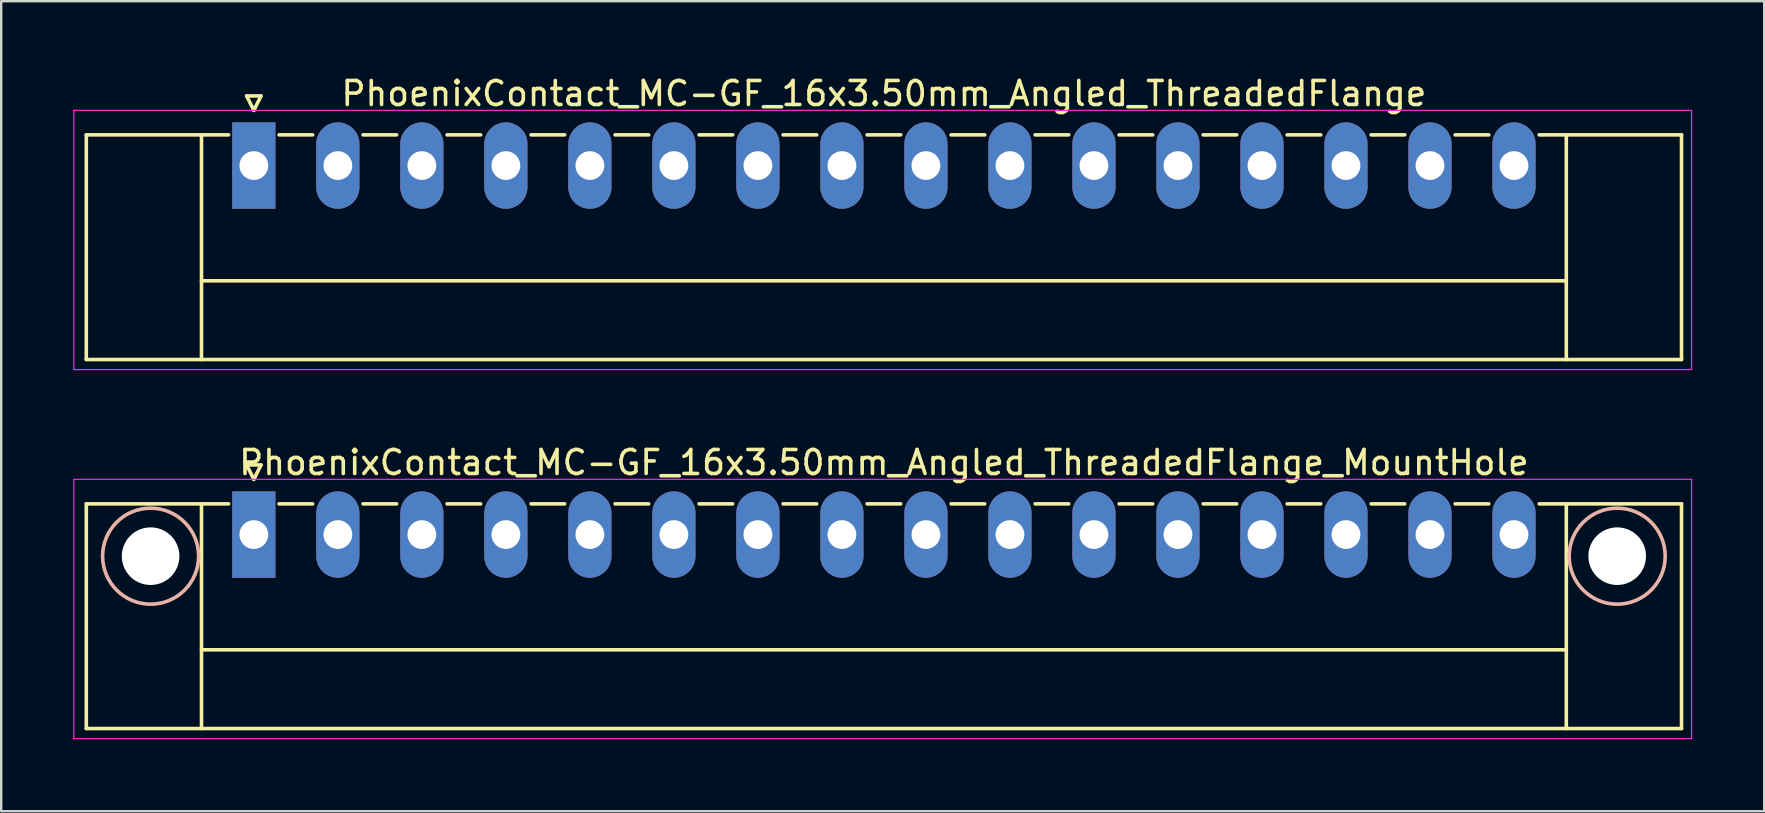
<source format=kicad_pcb>
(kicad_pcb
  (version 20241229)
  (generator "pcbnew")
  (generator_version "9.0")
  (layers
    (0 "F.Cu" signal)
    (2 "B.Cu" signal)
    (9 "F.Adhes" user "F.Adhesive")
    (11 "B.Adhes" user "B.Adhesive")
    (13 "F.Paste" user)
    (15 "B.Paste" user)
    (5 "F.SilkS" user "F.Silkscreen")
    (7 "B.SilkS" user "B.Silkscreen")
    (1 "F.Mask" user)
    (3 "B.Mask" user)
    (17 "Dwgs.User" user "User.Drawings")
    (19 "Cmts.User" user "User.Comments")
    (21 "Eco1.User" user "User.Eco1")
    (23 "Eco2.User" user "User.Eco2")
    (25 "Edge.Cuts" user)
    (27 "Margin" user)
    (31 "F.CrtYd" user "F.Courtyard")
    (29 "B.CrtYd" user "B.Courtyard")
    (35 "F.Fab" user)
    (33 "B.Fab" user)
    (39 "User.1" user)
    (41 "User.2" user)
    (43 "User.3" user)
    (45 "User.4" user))
  (footprint "PhoenixContact_MC-GF_16x3.50mm_Angled_ThreadedFlange_MountHole"
    (layer "F.Cu")
    (at 7.525 19.221)
    (property "Reference" "PhoenixContact_MC-GF_16x3.50mm_Angled_ThreadedFlange_MountHole" (at 26.25 -3 0) (layer "F.SilkS") (effects (font (size 1 1) (thickness 0.15))))
    (attr through_hole)
    (fp_line (start -6.98 -1.28) (end -6.98 8.08) (stroke (width 0.15) (type solid)) (layer "F.SilkS"))
    (fp_line (start -6.98 -1.28) (end -1.05 -1.28) (stroke (width 0.15) (type solid)) (layer "F.SilkS"))
    (fp_line (start -6.98 8.08) (end 59.48 8.08) (stroke (width 0.15) (type solid)) (layer "F.SilkS"))
    (fp_line (start -2.18 -1.28) (end -2.18 8.08) (stroke (width 0.15) (type solid)) (layer "F.SilkS"))
    (fp_line (start -2.18 4.8) (end 54.68 4.8) (stroke (width 0.15) (type solid)) (layer "F.SilkS"))
    (fp_line (start -0.3 -2.9) (end 0 -2.3) (stroke (width 0.15) (type solid)) (layer "F.SilkS"))
    (fp_line (start 0 -2.3) (end 0.3 -2.9) (stroke (width 0.15) (type solid)) (layer "F.SilkS"))
    (fp_line (start 0.3 -2.9) (end -0.3 -2.9) (stroke (width 0.15) (type solid)) (layer "F.SilkS"))
    (fp_line (start 1.05 -1.28) (end 2.45 -1.28) (stroke (width 0.15) (type solid)) (layer "F.SilkS"))
    (fp_line (start 4.55 -1.28) (end 5.95 -1.28) (stroke (width 0.15) (type solid)) (layer "F.SilkS"))
    (fp_line (start 8.05 -1.28) (end 9.45 -1.28) (stroke (width 0.15) (type solid)) (layer "F.SilkS"))
    (fp_line (start 11.55 -1.28) (end 12.95 -1.28) (stroke (width 0.15) (type solid)) (layer "F.SilkS"))
    (fp_line (start 15.05 -1.28) (end 16.45 -1.28) (stroke (width 0.15) (type solid)) (layer "F.SilkS"))
    (fp_line (start 18.55 -1.28) (end 19.95 -1.28) (stroke (width 0.15) (type solid)) (layer "F.SilkS"))
    (fp_line (start 22.05 -1.28) (end 23.45 -1.28) (stroke (width 0.15) (type solid)) (layer "F.SilkS"))
    (fp_line (start 25.55 -1.28) (end 26.95 -1.28) (stroke (width 0.15) (type solid)) (layer "F.SilkS"))
    (fp_line (start 29.05 -1.28) (end 30.45 -1.28) (stroke (width 0.15) (type solid)) (layer "F.SilkS"))
    (fp_line (start 32.55 -1.28) (end 33.95 -1.28) (stroke (width 0.15) (type solid)) (layer "F.SilkS"))
    (fp_line (start 36.05 -1.28) (end 37.45 -1.28) (stroke (width 0.15) (type solid)) (layer "F.SilkS"))
    (fp_line (start 39.55 -1.28) (end 40.95 -1.28) (stroke (width 0.15) (type solid)) (layer "F.SilkS"))
    (fp_line (start 43.05 -1.28) (end 44.45 -1.28) (stroke (width 0.15) (type solid)) (layer "F.SilkS"))
    (fp_line (start 46.55 -1.28) (end 47.95 -1.28) (stroke (width 0.15) (type solid)) (layer "F.SilkS"))
    (fp_line (start 50.05 -1.28) (end 51.45 -1.28) (stroke (width 0.15) (type solid)) (layer "F.SilkS"))
    (fp_line (start 54.68 -1.28) (end 54.68 8.08) (stroke (width 0.15) (type solid)) (layer "F.SilkS"))
    (fp_line (start 59.48 -1.28) (end 53.55 -1.28) (stroke (width 0.15) (type solid)) (layer "F.SilkS"))
    (fp_line (start 59.48 8.08) (end 59.48 -1.28) (stroke (width 0.15) (type solid)) (layer "F.SilkS"))
    (fp_circle (center -4.3 0.9) (end -2.3 0.9) (stroke (width 0.15) (type solid)) (fill no) (layer "B.SilkS"))
    (fp_circle (center 56.8 0.9) (end 58.8 0.9) (stroke (width 0.15) (type solid)) (fill no) (layer "B.SilkS"))
    (fp_line (start -7.5 -2.3) (end -7.5 8.5) (stroke (width 0.05) (type solid)) (layer "F.CrtYd"))
    (fp_line (start -7.5 8.5) (end 59.9 8.5) (stroke (width 0.05) (type solid)) (layer "F.CrtYd"))
    (fp_line (start 59.9 -2.3) (end -7.5 -2.3) (stroke (width 0.05) (type solid)) (layer "F.CrtYd"))
    (fp_line (start 59.9 8.5) (end 59.9 -2.3) (stroke (width 0.05) (type solid)) (layer "F.CrtYd"))
    (pad "" np_thru_hole circle (at -4.3 0.9) (size 2.4 2.4) (drill 2.4) (layers "*.Cu" "*.Mask"))
    (pad "" np_thru_hole circle (at 56.8 0.9) (size 2.4 2.4) (drill 2.4) (layers "*.Cu" "*.Mask"))
    (pad "1" thru_hole rect (at 0 0) (size 1.8 3.6) (drill 1.2) (layers "*.Cu" "*.Mask"))
    (pad "2" thru_hole oval (at 3.5 0) (size 1.8 3.6) (drill 1.2) (layers "*.Cu" "*.Mask"))
    (pad "3" thru_hole oval (at 7 0) (size 1.8 3.6) (drill 1.2) (layers "*.Cu" "*.Mask"))
    (pad "4" thru_hole oval (at 10.5 0) (size 1.8 3.6) (drill 1.2) (layers "*.Cu" "*.Mask"))
    (pad "5" thru_hole oval (at 14 0) (size 1.8 3.6) (drill 1.2) (layers "*.Cu" "*.Mask"))
    (pad "6" thru_hole oval (at 17.5 0) (size 1.8 3.6) (drill 1.2) (layers "*.Cu" "*.Mask"))
    (pad "7" thru_hole oval (at 21 0) (size 1.8 3.6) (drill 1.2) (layers "*.Cu" "*.Mask"))
    (pad "8" thru_hole oval (at 24.5 0) (size 1.8 3.6) (drill 1.2) (layers "*.Cu" "*.Mask"))
    (pad "9" thru_hole oval (at 28 0) (size 1.8 3.6) (drill 1.2) (layers "*.Cu" "*.Mask"))
    (pad "10" thru_hole oval (at 31.5 0) (size 1.8 3.6) (drill 1.2) (layers "*.Cu" "*.Mask"))
    (pad "11" thru_hole oval (at 35 0) (size 1.8 3.6) (drill 1.2) (layers "*.Cu" "*.Mask"))
    (pad "12" thru_hole oval (at 38.5 0) (size 1.8 3.6) (drill 1.2) (layers "*.Cu" "*.Mask"))
    (pad "13" thru_hole oval (at 42 0) (size 1.8 3.6) (drill 1.2) (layers "*.Cu" "*.Mask"))
    (pad "14" thru_hole oval (at 45.5 0) (size 1.8 3.6) (drill 1.2) (layers "*.Cu" "*.Mask"))
    (pad "15" thru_hole oval (at 49 0) (size 1.8 3.6) (drill 1.2) (layers "*.Cu" "*.Mask"))
    (pad "16" thru_hole oval (at 52.5 0) (size 1.8 3.6) (drill 1.2) (layers "*.Cu" "*.Mask")))
  (footprint "PhoenixContact_MC-GF_16x3.50mm_Angled_ThreadedFlange"
    (layer "F.Cu")
    (at 7.525 3.848)
    (property "Reference" "PhoenixContact_MC-GF_16x3.50mm_Angled_ThreadedFlange" (at 26.25 -3 0) (layer "F.SilkS") (effects (font (size 1 1) (thickness 0.15))))
    (attr through_hole)
    (fp_line (start -6.98 -1.28) (end -6.98 8.08) (stroke (width 0.15) (type solid)) (layer "F.SilkS"))
    (fp_line (start -6.98 -1.28) (end -1.05 -1.28) (stroke (width 0.15) (type solid)) (layer "F.SilkS"))
    (fp_line (start -6.98 8.08) (end 59.48 8.08) (stroke (width 0.15) (type solid)) (layer "F.SilkS"))
    (fp_line (start -2.18 -1.28) (end -2.18 8.08) (stroke (width 0.15) (type solid)) (layer "F.SilkS"))
    (fp_line (start -2.18 4.8) (end 54.68 4.8) (stroke (width 0.15) (type solid)) (layer "F.SilkS"))
    (fp_line (start -0.3 -2.9) (end 0 -2.3) (stroke (width 0.15) (type solid)) (layer "F.SilkS"))
    (fp_line (start 0 -2.3) (end 0.3 -2.9) (stroke (width 0.15) (type solid)) (layer "F.SilkS"))
    (fp_line (start 0.3 -2.9) (end -0.3 -2.9) (stroke (width 0.15) (type solid)) (layer "F.SilkS"))
    (fp_line (start 1.05 -1.28) (end 2.45 -1.28) (stroke (width 0.15) (type solid)) (layer "F.SilkS"))
    (fp_line (start 4.55 -1.28) (end 5.95 -1.28) (stroke (width 0.15) (type solid)) (layer "F.SilkS"))
    (fp_line (start 8.05 -1.28) (end 9.45 -1.28) (stroke (width 0.15) (type solid)) (layer "F.SilkS"))
    (fp_line (start 11.55 -1.28) (end 12.95 -1.28) (stroke (width 0.15) (type solid)) (layer "F.SilkS"))
    (fp_line (start 15.05 -1.28) (end 16.45 -1.28) (stroke (width 0.15) (type solid)) (layer "F.SilkS"))
    (fp_line (start 18.55 -1.28) (end 19.95 -1.28) (stroke (width 0.15) (type solid)) (layer "F.SilkS"))
    (fp_line (start 22.05 -1.28) (end 23.45 -1.28) (stroke (width 0.15) (type solid)) (layer "F.SilkS"))
    (fp_line (start 25.55 -1.28) (end 26.95 -1.28) (stroke (width 0.15) (type solid)) (layer "F.SilkS"))
    (fp_line (start 29.05 -1.28) (end 30.45 -1.28) (stroke (width 0.15) (type solid)) (layer "F.SilkS"))
    (fp_line (start 32.55 -1.28) (end 33.95 -1.28) (stroke (width 0.15) (type solid)) (layer "F.SilkS"))
    (fp_line (start 36.05 -1.28) (end 37.45 -1.28) (stroke (width 0.15) (type solid)) (layer "F.SilkS"))
    (fp_line (start 39.55 -1.28) (end 40.95 -1.28) (stroke (width 0.15) (type solid)) (layer "F.SilkS"))
    (fp_line (start 43.05 -1.28) (end 44.45 -1.28) (stroke (width 0.15) (type solid)) (layer "F.SilkS"))
    (fp_line (start 46.55 -1.28) (end 47.95 -1.28) (stroke (width 0.15) (type solid)) (layer "F.SilkS"))
    (fp_line (start 50.05 -1.28) (end 51.45 -1.28) (stroke (width 0.15) (type solid)) (layer "F.SilkS"))
    (fp_line (start 54.68 -1.28) (end 54.68 8.08) (stroke (width 0.15) (type solid)) (layer "F.SilkS"))
    (fp_line (start 59.48 -1.28) (end 53.55 -1.28) (stroke (width 0.15) (type solid)) (layer "F.SilkS"))
    (fp_line (start 59.48 8.08) (end 59.48 -1.28) (stroke (width 0.15) (type solid)) (layer "F.SilkS"))
    (fp_line (start -7.5 -2.3) (end -7.5 8.5) (stroke (width 0.05) (type solid)) (layer "F.CrtYd"))
    (fp_line (start -7.5 8.5) (end 59.9 8.5) (stroke (width 0.05) (type solid)) (layer "F.CrtYd"))
    (fp_line (start 59.9 -2.3) (end -7.5 -2.3) (stroke (width 0.05) (type solid)) (layer "F.CrtYd"))
    (fp_line (start 59.9 8.5) (end 59.9 -2.3) (stroke (width 0.05) (type solid)) (layer "F.CrtYd"))
    (pad "1" thru_hole rect (at 0 0) (size 1.8 3.6) (drill 1.2) (layers "*.Cu" "*.Mask"))
    (pad "2" thru_hole oval (at 3.5 0) (size 1.8 3.6) (drill 1.2) (layers "*.Cu" "*.Mask"))
    (pad "3" thru_hole oval (at 7 0) (size 1.8 3.6) (drill 1.2) (layers "*.Cu" "*.Mask"))
    (pad "4" thru_hole oval (at 10.5 0) (size 1.8 3.6) (drill 1.2) (layers "*.Cu" "*.Mask"))
    (pad "5" thru_hole oval (at 14 0) (size 1.8 3.6) (drill 1.2) (layers "*.Cu" "*.Mask"))
    (pad "6" thru_hole oval (at 17.5 0) (size 1.8 3.6) (drill 1.2) (layers "*.Cu" "*.Mask"))
    (pad "7" thru_hole oval (at 21 0) (size 1.8 3.6) (drill 1.2) (layers "*.Cu" "*.Mask"))
    (pad "8" thru_hole oval (at 24.5 0) (size 1.8 3.6) (drill 1.2) (layers "*.Cu" "*.Mask"))
    (pad "9" thru_hole oval (at 28 0) (size 1.8 3.6) (drill 1.2) (layers "*.Cu" "*.Mask"))
    (pad "10" thru_hole oval (at 31.5 0) (size 1.8 3.6) (drill 1.2) (layers "*.Cu" "*.Mask"))
    (pad "11" thru_hole oval (at 35 0) (size 1.8 3.6) (drill 1.2) (layers "*.Cu" "*.Mask"))
    (pad "12" thru_hole oval (at 38.5 0) (size 1.8 3.6) (drill 1.2) (layers "*.Cu" "*.Mask"))
    (pad "13" thru_hole oval (at 42 0) (size 1.8 3.6) (drill 1.2) (layers "*.Cu" "*.Mask"))
    (pad "14" thru_hole oval (at 45.5 0) (size 1.8 3.6) (drill 1.2) (layers "*.Cu" "*.Mask"))
    (pad "15" thru_hole oval (at 49 0) (size 1.8 3.6) (drill 1.2) (layers "*.Cu" "*.Mask"))
    (pad "16" thru_hole oval (at 52.5 0) (size 1.8 3.6) (drill 1.2) (layers "*.Cu" "*.Mask")))
  (gr_rect
    (start -3 -3)
    (end 70.45 30.747)
    (stroke (width 0.1) (type default))
    (fill no)
    (layer "Edge.Cuts")))
</source>
